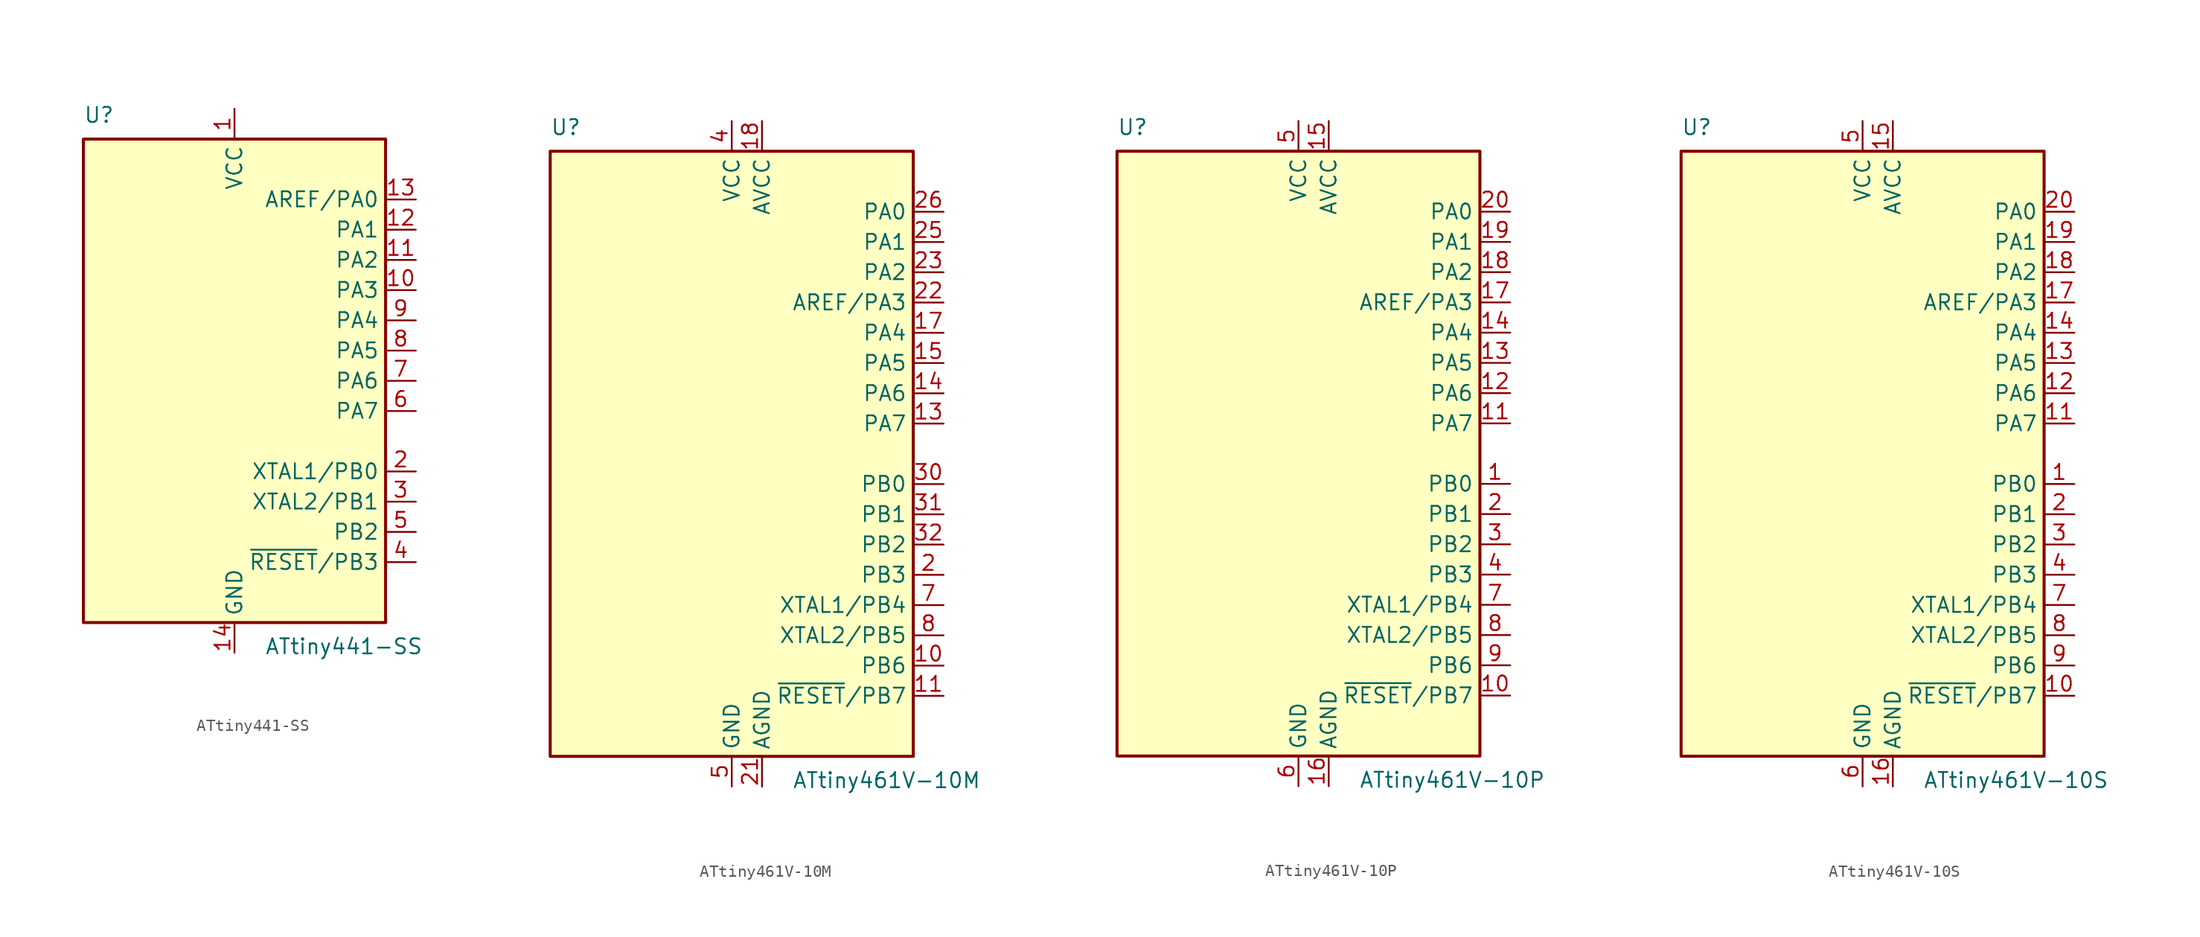
<source format=kicad_sym>
(kicad_symbol_lib
  (version 20201005)
  (generator kicad_symbol_editor)
  (symbol "ATtiny441-SS"
    (property "Reference" "U"
      (at -12.7 21.59 0)
      (effects (font (size 1.27 1.27)) (justify left bottom)))
    (property "Value" "ATtiny441-SS"
      (at 2.54 -21.59 0)
      (effects (font (size 1.27 1.27)) (justify left top)))
    (symbol "ATtiny441-SS_0_1"
      (rectangle (start -12.7 -20.32) (end 12.7 20.32) (stroke (width 0.254)) (fill (type background))))
    (symbol "ATtiny441-SS_1_1"
      (pin power_in line (at 0 22.86 270) (length 2.54) (name "VCC" (effects (font (size 1.27 1.27)))) (number "1" (effects (font (size 1.27 1.27)))))
      (pin bidirectional line (at 15.24 7.62 180) (length 2.54) (name "PA3" (effects (font (size 1.27 1.27)))) (number "10" (effects (font (size 1.27 1.27)))))
      (pin bidirectional line (at 15.24 10.16 180) (length 2.54) (name "PA2" (effects (font (size 1.27 1.27)))) (number "11" (effects (font (size 1.27 1.27)))))
      (pin bidirectional line (at 15.24 12.7 180) (length 2.54) (name "PA1" (effects (font (size 1.27 1.27)))) (number "12" (effects (font (size 1.27 1.27)))))
      (pin bidirectional line (at 15.24 15.24 180) (length 2.54) (name "AREF/PA0" (effects (font (size 1.27 1.27)))) (number "13" (effects (font (size 1.27 1.27)))))
      (pin power_in line (at 0 -22.86 90) (length 2.54) (name "GND" (effects (font (size 1.27 1.27)))) (number "14" (effects (font (size 1.27 1.27)))))
      (pin bidirectional line (at 15.24 -7.62 180) (length 2.54) (name "XTAL1/PB0" (effects (font (size 1.27 1.27)))) (number "2" (effects (font (size 1.27 1.27)))))
      (pin bidirectional line (at 15.24 -10.16 180) (length 2.54) (name "XTAL2/PB1" (effects (font (size 1.27 1.27)))) (number "3" (effects (font (size 1.27 1.27)))))
      (pin bidirectional line (at 15.24 -15.24 180) (length 2.54) (name "~RESET~/PB3" (effects (font (size 1.27 1.27)))) (number "4" (effects (font (size 1.27 1.27)))))
      (pin bidirectional line (at 15.24 -12.7 180) (length 2.54) (name "PB2" (effects (font (size 1.27 1.27)))) (number "5" (effects (font (size 1.27 1.27)))))
      (pin bidirectional line (at 15.24 -2.54 180) (length 2.54) (name "PA7" (effects (font (size 1.27 1.27)))) (number "6" (effects (font (size 1.27 1.27)))))
      (pin bidirectional line (at 15.24 0 180) (length 2.54) (name "PA6" (effects (font (size 1.27 1.27)))) (number "7" (effects (font (size 1.27 1.27)))))
      (pin bidirectional line (at 15.24 2.54 180) (length 2.54) (name "PA5" (effects (font (size 1.27 1.27)))) (number "8" (effects (font (size 1.27 1.27)))))
      (pin bidirectional line (at 15.24 5.08 180) (length 2.54) (name "PA4" (effects (font (size 1.27 1.27)))) (number "9" (effects (font (size 1.27 1.27)))))))
  (symbol "ATtiny461V-10M"
    (property "Reference" "U"
      (at -15.24 26.67 0)
      (effects (font (size 1.27 1.27)) (justify left bottom)))
    (property "Value" "ATtiny461V-10M"
      (at 5.08 -26.67 0)
      (effects (font (size 1.27 1.27)) (justify left top)))
    (symbol "ATtiny461V-10M_0_1"
      (rectangle (start -15.24 -25.4) (end 15.24 25.4) (stroke (width 0.254)) (fill (type background))))
    (symbol "ATtiny461V-10M_1_1"
      (pin no_connect line (at -15.24 5.08 0) (length 2.54) hide (name "NC" (effects (font (size 1.27 1.27)))) (number "1" (effects (font (size 1.27 1.27)))))
      (pin bidirectional line (at 17.78 -17.78 180) (length 2.54) (name "PB6" (effects (font (size 1.27 1.27)))) (number "10" (effects (font (size 1.27 1.27)))))
      (pin bidirectional line (at 17.78 -20.32 180) (length 2.54) (name "~RESET~/PB7" (effects (font (size 1.27 1.27)))) (number "11" (effects (font (size 1.27 1.27)))))
      (pin no_connect line (at -15.24 -5.08 0) (length 2.54) hide (name "NC" (effects (font (size 1.27 1.27)))) (number "12" (effects (font (size 1.27 1.27)))))
      (pin bidirectional line (at 17.78 2.54 180) (length 2.54) (name "PA7" (effects (font (size 1.27 1.27)))) (number "13" (effects (font (size 1.27 1.27)))))
      (pin bidirectional line (at 17.78 5.08 180) (length 2.54) (name "PA6" (effects (font (size 1.27 1.27)))) (number "14" (effects (font (size 1.27 1.27)))))
      (pin bidirectional line (at 17.78 7.62 180) (length 2.54) (name "PA5" (effects (font (size 1.27 1.27)))) (number "15" (effects (font (size 1.27 1.27)))))
      (pin no_connect line (at -15.24 -7.62 0) (length 2.54) hide (name "NC" (effects (font (size 1.27 1.27)))) (number "16" (effects (font (size 1.27 1.27)))))
      (pin bidirectional line (at 17.78 10.16 180) (length 2.54) (name "PA4" (effects (font (size 1.27 1.27)))) (number "17" (effects (font (size 1.27 1.27)))))
      (pin power_in line (at 2.54 27.94 270) (length 2.54) (name "AVCC" (effects (font (size 1.27 1.27)))) (number "18" (effects (font (size 1.27 1.27)))))
      (pin no_connect line (at -15.24 -10.16 0) (length 2.54) hide (name "NC" (effects (font (size 1.27 1.27)))) (number "19" (effects (font (size 1.27 1.27)))))
      (pin bidirectional line (at 17.78 -10.16 180) (length 2.54) (name "PB3" (effects (font (size 1.27 1.27)))) (number "2" (effects (font (size 1.27 1.27)))))
      (pin no_connect line (at -15.24 -12.7 0) (length 2.54) hide (name "NC" (effects (font (size 1.27 1.27)))) (number "20" (effects (font (size 1.27 1.27)))))
      (pin power_in line (at 2.54 -27.94 90) (length 2.54) (name "AGND" (effects (font (size 1.27 1.27)))) (number "21" (effects (font (size 1.27 1.27)))))
      (pin bidirectional line (at 17.78 12.7 180) (length 2.54) (name "AREF/PA3" (effects (font (size 1.27 1.27)))) (number "22" (effects (font (size 1.27 1.27)))))
      (pin bidirectional line (at 17.78 15.24 180) (length 2.54) (name "PA2" (effects (font (size 1.27 1.27)))) (number "23" (effects (font (size 1.27 1.27)))))
      (pin no_connect line (at -15.24 -15.24 0) (length 2.54) hide (name "NC" (effects (font (size 1.27 1.27)))) (number "24" (effects (font (size 1.27 1.27)))))
      (pin bidirectional line (at 17.78 17.78 180) (length 2.54) (name "PA1" (effects (font (size 1.27 1.27)))) (number "25" (effects (font (size 1.27 1.27)))))
      (pin bidirectional line (at 17.78 20.32 180) (length 2.54) (name "PA0" (effects (font (size 1.27 1.27)))) (number "26" (effects (font (size 1.27 1.27)))))
      (pin no_connect line (at -15.24 -17.78 0) (length 2.54) hide (name "NC" (effects (font (size 1.27 1.27)))) (number "27" (effects (font (size 1.27 1.27)))))
      (pin no_connect line (at -15.24 -20.32 0) (length 2.54) hide (name "NC" (effects (font (size 1.27 1.27)))) (number "28" (effects (font (size 1.27 1.27)))))
      (pin no_connect line (at -15.24 -22.86 0) (length 2.54) hide (name "NC" (effects (font (size 1.27 1.27)))) (number "29" (effects (font (size 1.27 1.27)))))
      (pin no_connect line (at -15.24 2.54 0) (length 2.54) hide (name "NC" (effects (font (size 1.27 1.27)))) (number "3" (effects (font (size 1.27 1.27)))))
      (pin bidirectional line (at 17.78 -2.54 180) (length 2.54) (name "PB0" (effects (font (size 1.27 1.27)))) (number "30" (effects (font (size 1.27 1.27)))))
      (pin bidirectional line (at 17.78 -5.08 180) (length 2.54) (name "PB1" (effects (font (size 1.27 1.27)))) (number "31" (effects (font (size 1.27 1.27)))))
      (pin bidirectional line (at 17.78 -7.62 180) (length 2.54) (name "PB2" (effects (font (size 1.27 1.27)))) (number "32" (effects (font (size 1.27 1.27)))))
      (pin passive line (at 0 -27.94 90) (length 2.54) hide (name "GND" (effects (font (size 1.27 1.27)))) (number "33" (effects (font (size 1.27 1.27)))))
      (pin power_in line (at 0 27.94 270) (length 2.54) (name "VCC" (effects (font (size 1.27 1.27)))) (number "4" (effects (font (size 1.27 1.27)))))
      (pin power_in line (at 0 -27.94 90) (length 2.54) (name "GND" (effects (font (size 1.27 1.27)))) (number "5" (effects (font (size 1.27 1.27)))))
      (pin no_connect line (at -15.24 0 0) (length 2.54) hide (name "NC" (effects (font (size 1.27 1.27)))) (number "6" (effects (font (size 1.27 1.27)))))
      (pin bidirectional line (at 17.78 -12.7 180) (length 2.54) (name "XTAL1/PB4" (effects (font (size 1.27 1.27)))) (number "7" (effects (font (size 1.27 1.27)))))
      (pin bidirectional line (at 17.78 -15.24 180) (length 2.54) (name "XTAL2/PB5" (effects (font (size 1.27 1.27)))) (number "8" (effects (font (size 1.27 1.27)))))
      (pin no_connect line (at -15.24 -2.54 0) (length 2.54) hide (name "NC" (effects (font (size 1.27 1.27)))) (number "9" (effects (font (size 1.27 1.27)))))))
  (symbol "ATtiny461V-10P"
    (property "Reference" "U"
      (at -15.24 26.67 0)
      (effects (font (size 1.27 1.27)) (justify left bottom)))
    (property "Value" "ATtiny461V-10P"
      (at 5.08 -26.67 0)
      (effects (font (size 1.27 1.27)) (justify left top)))
    (symbol "ATtiny461V-10P_0_1"
      (rectangle (start -15.24 -25.4) (end 15.24 25.4) (stroke (width 0.254)) (fill (type background))))
    (symbol "ATtiny461V-10P_1_1"
      (pin bidirectional line (at 17.78 -2.54 180) (length 2.54) (name "PB0" (effects (font (size 1.27 1.27)))) (number "1" (effects (font (size 1.27 1.27)))))
      (pin bidirectional line (at 17.78 -20.32 180) (length 2.54) (name "~RESET~/PB7" (effects (font (size 1.27 1.27)))) (number "10" (effects (font (size 1.27 1.27)))))
      (pin bidirectional line (at 17.78 2.54 180) (length 2.54) (name "PA7" (effects (font (size 1.27 1.27)))) (number "11" (effects (font (size 1.27 1.27)))))
      (pin bidirectional line (at 17.78 5.08 180) (length 2.54) (name "PA6" (effects (font (size 1.27 1.27)))) (number "12" (effects (font (size 1.27 1.27)))))
      (pin bidirectional line (at 17.78 7.62 180) (length 2.54) (name "PA5" (effects (font (size 1.27 1.27)))) (number "13" (effects (font (size 1.27 1.27)))))
      (pin bidirectional line (at 17.78 10.16 180) (length 2.54) (name "PA4" (effects (font (size 1.27 1.27)))) (number "14" (effects (font (size 1.27 1.27)))))
      (pin power_in line (at 2.54 27.94 270) (length 2.54) (name "AVCC" (effects (font (size 1.27 1.27)))) (number "15" (effects (font (size 1.27 1.27)))))
      (pin power_in line (at 2.54 -27.94 90) (length 2.54) (name "AGND" (effects (font (size 1.27 1.27)))) (number "16" (effects (font (size 1.27 1.27)))))
      (pin bidirectional line (at 17.78 12.7 180) (length 2.54) (name "AREF/PA3" (effects (font (size 1.27 1.27)))) (number "17" (effects (font (size 1.27 1.27)))))
      (pin bidirectional line (at 17.78 15.24 180) (length 2.54) (name "PA2" (effects (font (size 1.27 1.27)))) (number "18" (effects (font (size 1.27 1.27)))))
      (pin bidirectional line (at 17.78 17.78 180) (length 2.54) (name "PA1" (effects (font (size 1.27 1.27)))) (number "19" (effects (font (size 1.27 1.27)))))
      (pin bidirectional line (at 17.78 -5.08 180) (length 2.54) (name "PB1" (effects (font (size 1.27 1.27)))) (number "2" (effects (font (size 1.27 1.27)))))
      (pin bidirectional line (at 17.78 20.32 180) (length 2.54) (name "PA0" (effects (font (size 1.27 1.27)))) (number "20" (effects (font (size 1.27 1.27)))))
      (pin bidirectional line (at 17.78 -7.62 180) (length 2.54) (name "PB2" (effects (font (size 1.27 1.27)))) (number "3" (effects (font (size 1.27 1.27)))))
      (pin bidirectional line (at 17.78 -10.16 180) (length 2.54) (name "PB3" (effects (font (size 1.27 1.27)))) (number "4" (effects (font (size 1.27 1.27)))))
      (pin power_in line (at 0 27.94 270) (length 2.54) (name "VCC" (effects (font (size 1.27 1.27)))) (number "5" (effects (font (size 1.27 1.27)))))
      (pin power_in line (at 0 -27.94 90) (length 2.54) (name "GND" (effects (font (size 1.27 1.27)))) (number "6" (effects (font (size 1.27 1.27)))))
      (pin bidirectional line (at 17.78 -12.7 180) (length 2.54) (name "XTAL1/PB4" (effects (font (size 1.27 1.27)))) (number "7" (effects (font (size 1.27 1.27)))))
      (pin bidirectional line (at 17.78 -15.24 180) (length 2.54) (name "XTAL2/PB5" (effects (font (size 1.27 1.27)))) (number "8" (effects (font (size 1.27 1.27)))))
      (pin bidirectional line (at 17.78 -17.78 180) (length 2.54) (name "PB6" (effects (font (size 1.27 1.27)))) (number "9" (effects (font (size 1.27 1.27)))))))
  (symbol "ATtiny461V-10S"
    (property "Reference" "U"
      (at -15.24 26.67 0)
      (effects (font (size 1.27 1.27)) (justify left bottom)))
    (property "Value" "ATtiny461V-10S"
      (at 5.08 -26.67 0)
      (effects (font (size 1.27 1.27)) (justify left top)))
    (symbol "ATtiny461V-10S_0_1"
      (rectangle (start -15.24 -25.4) (end 15.24 25.4) (stroke (width 0.254)) (fill (type background))))
    (symbol "ATtiny461V-10S_1_1"
      (pin bidirectional line (at 17.78 -2.54 180) (length 2.54) (name "PB0" (effects (font (size 1.27 1.27)))) (number "1" (effects (font (size 1.27 1.27)))))
      (pin bidirectional line (at 17.78 -20.32 180) (length 2.54) (name "~RESET~/PB7" (effects (font (size 1.27 1.27)))) (number "10" (effects (font (size 1.27 1.27)))))
      (pin bidirectional line (at 17.78 2.54 180) (length 2.54) (name "PA7" (effects (font (size 1.27 1.27)))) (number "11" (effects (font (size 1.27 1.27)))))
      (pin bidirectional line (at 17.78 5.08 180) (length 2.54) (name "PA6" (effects (font (size 1.27 1.27)))) (number "12" (effects (font (size 1.27 1.27)))))
      (pin bidirectional line (at 17.78 7.62 180) (length 2.54) (name "PA5" (effects (font (size 1.27 1.27)))) (number "13" (effects (font (size 1.27 1.27)))))
      (pin bidirectional line (at 17.78 10.16 180) (length 2.54) (name "PA4" (effects (font (size 1.27 1.27)))) (number "14" (effects (font (size 1.27 1.27)))))
      (pin power_in line (at 2.54 27.94 270) (length 2.54) (name "AVCC" (effects (font (size 1.27 1.27)))) (number "15" (effects (font (size 1.27 1.27)))))
      (pin power_in line (at 2.54 -27.94 90) (length 2.54) (name "AGND" (effects (font (size 1.27 1.27)))) (number "16" (effects (font (size 1.27 1.27)))))
      (pin bidirectional line (at 17.78 12.7 180) (length 2.54) (name "AREF/PA3" (effects (font (size 1.27 1.27)))) (number "17" (effects (font (size 1.27 1.27)))))
      (pin bidirectional line (at 17.78 15.24 180) (length 2.54) (name "PA2" (effects (font (size 1.27 1.27)))) (number "18" (effects (font (size 1.27 1.27)))))
      (pin bidirectional line (at 17.78 17.78 180) (length 2.54) (name "PA1" (effects (font (size 1.27 1.27)))) (number "19" (effects (font (size 1.27 1.27)))))
      (pin bidirectional line (at 17.78 -5.08 180) (length 2.54) (name "PB1" (effects (font (size 1.27 1.27)))) (number "2" (effects (font (size 1.27 1.27)))))
      (pin bidirectional line (at 17.78 20.32 180) (length 2.54) (name "PA0" (effects (font (size 1.27 1.27)))) (number "20" (effects (font (size 1.27 1.27)))))
      (pin bidirectional line (at 17.78 -7.62 180) (length 2.54) (name "PB2" (effects (font (size 1.27 1.27)))) (number "3" (effects (font (size 1.27 1.27)))))
      (pin bidirectional line (at 17.78 -10.16 180) (length 2.54) (name "PB3" (effects (font (size 1.27 1.27)))) (number "4" (effects (font (size 1.27 1.27)))))
      (pin power_in line (at 0 27.94 270) (length 2.54) (name "VCC" (effects (font (size 1.27 1.27)))) (number "5" (effects (font (size 1.27 1.27)))))
      (pin power_in line (at 0 -27.94 90) (length 2.54) (name "GND" (effects (font (size 1.27 1.27)))) (number "6" (effects (font (size 1.27 1.27)))))
      (pin bidirectional line (at 17.78 -12.7 180) (length 2.54) (name "XTAL1/PB4" (effects (font (size 1.27 1.27)))) (number "7" (effects (font (size 1.27 1.27)))))
      (pin bidirectional line (at 17.78 -15.24 180) (length 2.54) (name "XTAL2/PB5" (effects (font (size 1.27 1.27)))) (number "8" (effects (font (size 1.27 1.27)))))
      (pin bidirectional line (at 17.78 -17.78 180) (length 2.54) (name "PB6" (effects (font (size 1.27 1.27)))) (number "9" (effects (font (size 1.27 1.27))))))))
</source>
